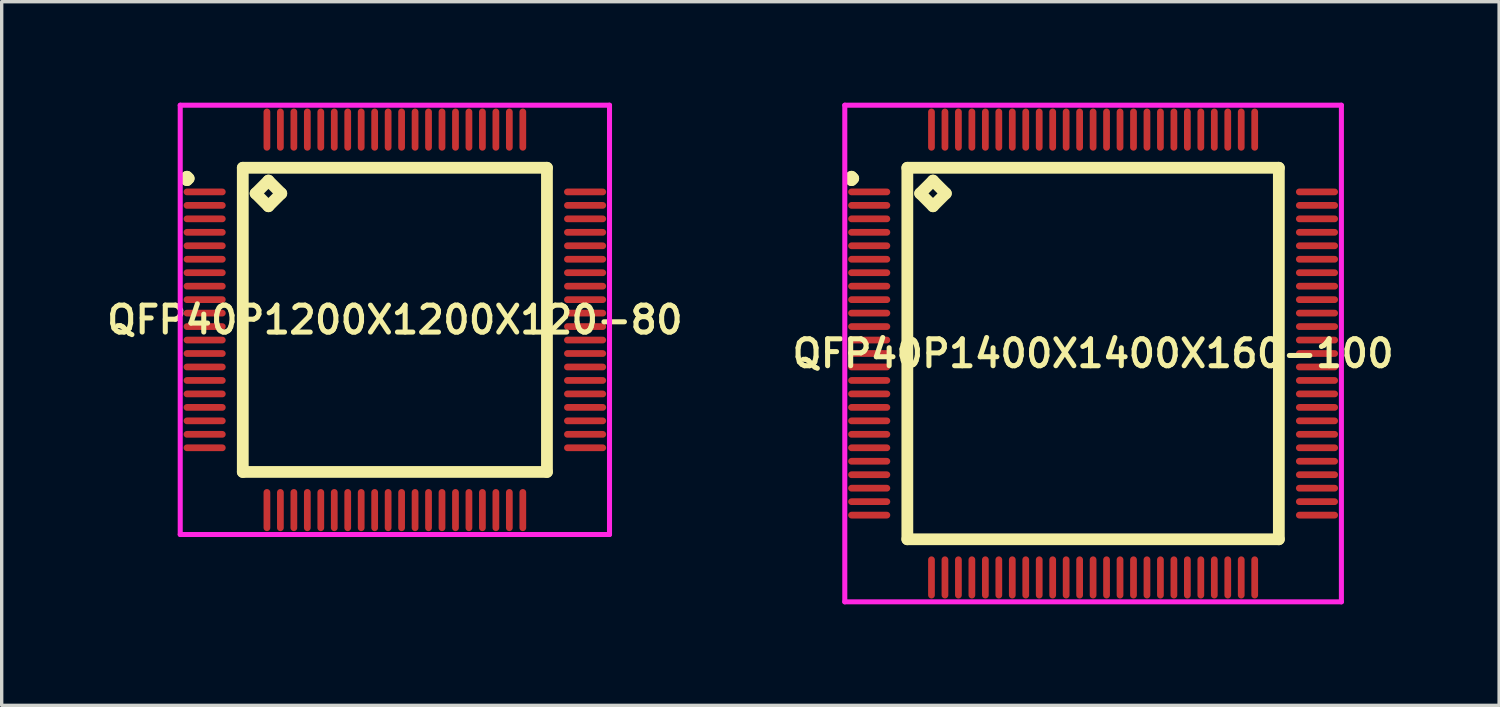
<source format=kicad_pcb>
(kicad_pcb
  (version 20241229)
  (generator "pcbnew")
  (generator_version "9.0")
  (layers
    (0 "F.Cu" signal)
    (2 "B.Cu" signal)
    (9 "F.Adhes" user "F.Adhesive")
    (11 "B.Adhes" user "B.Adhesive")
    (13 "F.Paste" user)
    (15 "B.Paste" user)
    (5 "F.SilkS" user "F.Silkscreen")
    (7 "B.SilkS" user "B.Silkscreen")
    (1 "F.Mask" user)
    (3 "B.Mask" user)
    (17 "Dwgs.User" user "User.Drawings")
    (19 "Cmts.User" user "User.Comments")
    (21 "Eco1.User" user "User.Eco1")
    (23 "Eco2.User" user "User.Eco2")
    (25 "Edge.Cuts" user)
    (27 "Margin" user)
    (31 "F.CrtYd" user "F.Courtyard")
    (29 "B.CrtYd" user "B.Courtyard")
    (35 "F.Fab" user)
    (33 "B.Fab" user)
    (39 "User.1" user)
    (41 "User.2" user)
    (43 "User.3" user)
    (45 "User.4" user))
  (footprint "QFP40P1200X1200X120-80"
    (layer "F.Cu")
    (at 8.678 6.45)
    (property "Reference" "QFP40P1200X1200X120-80" (at 0 0 0) (layer "F.SilkS") (effects (font (size 0.8 0.8) (thickness 0.15))))
    (attr smd)
    (fp_line (start -6.225 -4.2) (end -6.175 -4.25) (stroke (width 0.35) (type solid)) (layer "F.SilkS"))
    (fp_line (start -6.175 -4.25) (end -6.125 -4.2) (stroke (width 0.35) (type solid)) (layer "F.SilkS"))
    (fp_line (start -6.175 -4.15) (end -6.225 -4.2) (stroke (width 0.35) (type solid)) (layer "F.SilkS"))
    (fp_line (start -6.125 -4.2) (end -6.175 -4.15) (stroke (width 0.35) (type solid)) (layer "F.SilkS"))
    (fp_line (start -4.517 -4.517) (end -4.517 4.517) (stroke (width 0.35) (type solid)) (layer "F.SilkS"))
    (fp_line (start -4.517 4.517) (end 4.517 4.517) (stroke (width 0.35) (type solid)) (layer "F.SilkS"))
    (fp_line (start -4.136 -3.755) (end -3.755 -4.136) (stroke (width 0.35) (type solid)) (layer "F.SilkS"))
    (fp_line (start -3.755 -4.136) (end -3.374 -3.755) (stroke (width 0.35) (type solid)) (layer "F.SilkS"))
    (fp_line (start -3.755 -3.374) (end -4.136 -3.755) (stroke (width 0.35) (type solid)) (layer "F.SilkS"))
    (fp_line (start -3.374 -3.755) (end -3.755 -3.374) (stroke (width 0.35) (type solid)) (layer "F.SilkS"))
    (fp_line (start 4.517 -4.517) (end -4.517 -4.517) (stroke (width 0.35) (type solid)) (layer "F.SilkS"))
    (fp_line (start 4.517 4.517) (end 4.517 -4.517) (stroke (width 0.35) (type solid)) (layer "F.SilkS"))
    (fp_line (start -6.375 -6.375) (end 6.375 -6.375) (stroke (width 0.15) (type solid)) (layer "F.CrtYd"))
    (fp_line (start -6.375 6.375) (end -6.375 -6.375) (stroke (width 0.15) (type solid)) (layer "F.CrtYd"))
    (fp_line (start 6.375 -6.375) (end 6.375 6.375) (stroke (width 0.15) (type solid)) (layer "F.CrtYd"))
    (fp_line (start 6.375 6.375) (end -6.375 6.375) (stroke (width 0.15) (type solid)) (layer "F.CrtYd"))
    (pad "1" smd oval (at -5.65 -3.8) (size 1.25 0.2) (layers "F.Cu" "F.Mask" "F.Paste"))
    (pad "2" smd oval (at -5.65 -3.4) (size 1.25 0.2) (layers "F.Cu" "F.Mask" "F.Paste"))
    (pad "3" smd oval (at -5.65 -3) (size 1.25 0.2) (layers "F.Cu" "F.Mask" "F.Paste"))
    (pad "4" smd oval (at -5.65 -2.6) (size 1.25 0.2) (layers "F.Cu" "F.Mask" "F.Paste"))
    (pad "5" smd oval (at -5.65 -2.2) (size 1.25 0.2) (layers "F.Cu" "F.Mask" "F.Paste"))
    (pad "6" smd oval (at -5.65 -1.8) (size 1.25 0.2) (layers "F.Cu" "F.Mask" "F.Paste"))
    (pad "7" smd oval (at -5.65 -1.4) (size 1.25 0.2) (layers "F.Cu" "F.Mask" "F.Paste"))
    (pad "8" smd oval (at -5.65 -1) (size 1.25 0.2) (layers "F.Cu" "F.Mask" "F.Paste"))
    (pad "9" smd oval (at -5.65 -0.6) (size 1.25 0.2) (layers "F.Cu" "F.Mask" "F.Paste"))
    (pad "10" smd oval (at -5.65 -0.2) (size 1.25 0.2) (layers "F.Cu" "F.Mask" "F.Paste"))
    (pad "11" smd oval (at -5.65 0.2) (size 1.25 0.2) (layers "F.Cu" "F.Mask" "F.Paste"))
    (pad "12" smd oval (at -5.65 0.6) (size 1.25 0.2) (layers "F.Cu" "F.Mask" "F.Paste"))
    (pad "13" smd oval (at -5.65 1) (size 1.25 0.2) (layers "F.Cu" "F.Mask" "F.Paste"))
    (pad "14" smd oval (at -5.65 1.4) (size 1.25 0.2) (layers "F.Cu" "F.Mask" "F.Paste"))
    (pad "15" smd oval (at -5.65 1.8) (size 1.25 0.2) (layers "F.Cu" "F.Mask" "F.Paste"))
    (pad "16" smd oval (at -5.65 2.2) (size 1.25 0.2) (layers "F.Cu" "F.Mask" "F.Paste"))
    (pad "17" smd oval (at -5.65 2.6) (size 1.25 0.2) (layers "F.Cu" "F.Mask" "F.Paste"))
    (pad "18" smd oval (at -5.65 3) (size 1.25 0.2) (layers "F.Cu" "F.Mask" "F.Paste"))
    (pad "19" smd oval (at -5.65 3.4) (size 1.25 0.2) (layers "F.Cu" "F.Mask" "F.Paste"))
    (pad "20" smd oval (at -5.65 3.8) (size 1.25 0.2) (layers "F.Cu" "F.Mask" "F.Paste"))
    (pad "21" smd oval (at -3.8 5.65) (size 0.2 1.25) (layers "F.Cu" "F.Mask" "F.Paste"))
    (pad "22" smd oval (at -3.4 5.65) (size 0.2 1.25) (layers "F.Cu" "F.Mask" "F.Paste"))
    (pad "23" smd oval (at -3 5.65) (size 0.2 1.25) (layers "F.Cu" "F.Mask" "F.Paste"))
    (pad "24" smd oval (at -2.6 5.65) (size 0.2 1.25) (layers "F.Cu" "F.Mask" "F.Paste"))
    (pad "25" smd oval (at -2.2 5.65) (size 0.2 1.25) (layers "F.Cu" "F.Mask" "F.Paste"))
    (pad "26" smd oval (at -1.8 5.65) (size 0.2 1.25) (layers "F.Cu" "F.Mask" "F.Paste"))
    (pad "27" smd oval (at -1.4 5.65) (size 0.2 1.25) (layers "F.Cu" "F.Mask" "F.Paste"))
    (pad "28" smd oval (at -1 5.65) (size 0.2 1.25) (layers "F.Cu" "F.Mask" "F.Paste"))
    (pad "29" smd oval (at -0.6 5.65) (size 0.2 1.25) (layers "F.Cu" "F.Mask" "F.Paste"))
    (pad "30" smd oval (at -0.2 5.65) (size 0.2 1.25) (layers "F.Cu" "F.Mask" "F.Paste"))
    (pad "31" smd oval (at 0.2 5.65) (size 0.2 1.25) (layers "F.Cu" "F.Mask" "F.Paste"))
    (pad "32" smd oval (at 0.6 5.65) (size 0.2 1.25) (layers "F.Cu" "F.Mask" "F.Paste"))
    (pad "33" smd oval (at 1 5.65) (size 0.2 1.25) (layers "F.Cu" "F.Mask" "F.Paste"))
    (pad "34" smd oval (at 1.4 5.65) (size 0.2 1.25) (layers "F.Cu" "F.Mask" "F.Paste"))
    (pad "35" smd oval (at 1.8 5.65) (size 0.2 1.25) (layers "F.Cu" "F.Mask" "F.Paste"))
    (pad "36" smd oval (at 2.2 5.65) (size 0.2 1.25) (layers "F.Cu" "F.Mask" "F.Paste"))
    (pad "37" smd oval (at 2.6 5.65) (size 0.2 1.25) (layers "F.Cu" "F.Mask" "F.Paste"))
    (pad "38" smd oval (at 3 5.65) (size 0.2 1.25) (layers "F.Cu" "F.Mask" "F.Paste"))
    (pad "39" smd oval (at 3.4 5.65) (size 0.2 1.25) (layers "F.Cu" "F.Mask" "F.Paste"))
    (pad "40" smd oval (at 3.8 5.65) (size 0.2 1.25) (layers "F.Cu" "F.Mask" "F.Paste"))
    (pad "41" smd oval (at 5.65 3.8) (size 1.25 0.2) (layers "F.Cu" "F.Mask" "F.Paste"))
    (pad "42" smd oval (at 5.65 3.4) (size 1.25 0.2) (layers "F.Cu" "F.Mask" "F.Paste"))
    (pad "43" smd oval (at 5.65 3) (size 1.25 0.2) (layers "F.Cu" "F.Mask" "F.Paste"))
    (pad "44" smd oval (at 5.65 2.6) (size 1.25 0.2) (layers "F.Cu" "F.Mask" "F.Paste"))
    (pad "45" smd oval (at 5.65 2.2) (size 1.25 0.2) (layers "F.Cu" "F.Mask" "F.Paste"))
    (pad "46" smd oval (at 5.65 1.8) (size 1.25 0.2) (layers "F.Cu" "F.Mask" "F.Paste"))
    (pad "47" smd oval (at 5.65 1.4) (size 1.25 0.2) (layers "F.Cu" "F.Mask" "F.Paste"))
    (pad "48" smd oval (at 5.65 1) (size 1.25 0.2) (layers "F.Cu" "F.Mask" "F.Paste"))
    (pad "49" smd oval (at 5.65 0.6) (size 1.25 0.2) (layers "F.Cu" "F.Mask" "F.Paste"))
    (pad "50" smd oval (at 5.65 0.2) (size 1.25 0.2) (layers "F.Cu" "F.Mask" "F.Paste"))
    (pad "51" smd oval (at 5.65 -0.2) (size 1.25 0.2) (layers "F.Cu" "F.Mask" "F.Paste"))
    (pad "52" smd oval (at 5.65 -0.6) (size 1.25 0.2) (layers "F.Cu" "F.Mask" "F.Paste"))
    (pad "53" smd oval (at 5.65 -1) (size 1.25 0.2) (layers "F.Cu" "F.Mask" "F.Paste"))
    (pad "54" smd oval (at 5.65 -1.4) (size 1.25 0.2) (layers "F.Cu" "F.Mask" "F.Paste"))
    (pad "55" smd oval (at 5.65 -1.8) (size 1.25 0.2) (layers "F.Cu" "F.Mask" "F.Paste"))
    (pad "56" smd oval (at 5.65 -2.2) (size 1.25 0.2) (layers "F.Cu" "F.Mask" "F.Paste"))
    (pad "57" smd oval (at 5.65 -2.6) (size 1.25 0.2) (layers "F.Cu" "F.Mask" "F.Paste"))
    (pad "58" smd oval (at 5.65 -3) (size 1.25 0.2) (layers "F.Cu" "F.Mask" "F.Paste"))
    (pad "59" smd oval (at 5.65 -3.4) (size 1.25 0.2) (layers "F.Cu" "F.Mask" "F.Paste"))
    (pad "60" smd oval (at 5.65 -3.8) (size 1.25 0.2) (layers "F.Cu" "F.Mask" "F.Paste"))
    (pad "61" smd oval (at 3.8 -5.65) (size 0.2 1.25) (layers "F.Cu" "F.Mask" "F.Paste"))
    (pad "62" smd oval (at 3.4 -5.65) (size 0.2 1.25) (layers "F.Cu" "F.Mask" "F.Paste"))
    (pad "63" smd oval (at 3 -5.65) (size 0.2 1.25) (layers "F.Cu" "F.Mask" "F.Paste"))
    (pad "64" smd oval (at 2.6 -5.65) (size 0.2 1.25) (layers "F.Cu" "F.Mask" "F.Paste"))
    (pad "65" smd oval (at 2.2 -5.65) (size 0.2 1.25) (layers "F.Cu" "F.Mask" "F.Paste"))
    (pad "66" smd oval (at 1.8 -5.65) (size 0.2 1.25) (layers "F.Cu" "F.Mask" "F.Paste"))
    (pad "67" smd oval (at 1.4 -5.65) (size 0.2 1.25) (layers "F.Cu" "F.Mask" "F.Paste"))
    (pad "68" smd oval (at 1 -5.65) (size 0.2 1.25) (layers "F.Cu" "F.Mask" "F.Paste"))
    (pad "69" smd oval (at 0.6 -5.65) (size 0.2 1.25) (layers "F.Cu" "F.Mask" "F.Paste"))
    (pad "70" smd oval (at 0.2 -5.65) (size 0.2 1.25) (layers "F.Cu" "F.Mask" "F.Paste"))
    (pad "71" smd oval (at -0.2 -5.65) (size 0.2 1.25) (layers "F.Cu" "F.Mask" "F.Paste"))
    (pad "72" smd oval (at -0.6 -5.65) (size 0.2 1.25) (layers "F.Cu" "F.Mask" "F.Paste"))
    (pad "73" smd oval (at -1 -5.65) (size 0.2 1.25) (layers "F.Cu" "F.Mask" "F.Paste"))
    (pad "74" smd oval (at -1.4 -5.65) (size 0.2 1.25) (layers "F.Cu" "F.Mask" "F.Paste"))
    (pad "75" smd oval (at -1.8 -5.65) (size 0.2 1.25) (layers "F.Cu" "F.Mask" "F.Paste"))
    (pad "76" smd oval (at -2.2 -5.65) (size 0.2 1.25) (layers "F.Cu" "F.Mask" "F.Paste"))
    (pad "77" smd oval (at -2.6 -5.65) (size 0.2 1.25) (layers "F.Cu" "F.Mask" "F.Paste"))
    (pad "78" smd oval (at -3 -5.65) (size 0.2 1.25) (layers "F.Cu" "F.Mask" "F.Paste"))
    (pad "79" smd oval (at -3.4 -5.65) (size 0.2 1.25) (layers "F.Cu" "F.Mask" "F.Paste"))
    (pad "80" smd oval (at -3.8 -5.65) (size 0.2 1.25) (layers "F.Cu" "F.Mask" "F.Paste")))
  (footprint "QFP40P1400X1400X160-100"
    (layer "F.Cu")
    (at 29.416 7.45)
    (property "Reference" "QFP40P1400X1400X160-100" (at 0 0 0) (layer "F.SilkS") (effects (font (size 0.8 0.8) (thickness 0.15))))
    (attr smd)
    (fp_line (start -7.225 -5.2) (end -7.175 -5.25) (stroke (width 0.35) (type solid)) (layer "F.SilkS"))
    (fp_line (start -7.175 -5.25) (end -7.125 -5.2) (stroke (width 0.35) (type solid)) (layer "F.SilkS"))
    (fp_line (start -7.175 -5.15) (end -7.225 -5.2) (stroke (width 0.35) (type solid)) (layer "F.SilkS"))
    (fp_line (start -7.125 -5.2) (end -7.175 -5.15) (stroke (width 0.35) (type solid)) (layer "F.SilkS"))
    (fp_line (start -5.517 -5.517) (end -5.517 5.517) (stroke (width 0.35) (type solid)) (layer "F.SilkS"))
    (fp_line (start -5.517 5.517) (end 5.517 5.517) (stroke (width 0.35) (type solid)) (layer "F.SilkS"))
    (fp_line (start -5.136 -4.755) (end -4.755 -5.136) (stroke (width 0.35) (type solid)) (layer "F.SilkS"))
    (fp_line (start -4.755 -5.136) (end -4.374 -4.755) (stroke (width 0.35) (type solid)) (layer "F.SilkS"))
    (fp_line (start -4.755 -4.374) (end -5.136 -4.755) (stroke (width 0.35) (type solid)) (layer "F.SilkS"))
    (fp_line (start -4.374 -4.755) (end -4.755 -4.374) (stroke (width 0.35) (type solid)) (layer "F.SilkS"))
    (fp_line (start 5.517 -5.517) (end -5.517 -5.517) (stroke (width 0.35) (type solid)) (layer "F.SilkS"))
    (fp_line (start 5.517 5.517) (end 5.517 -5.517) (stroke (width 0.35) (type solid)) (layer "F.SilkS"))
    (fp_line (start -7.375 -7.375) (end 7.375 -7.375) (stroke (width 0.15) (type solid)) (layer "F.CrtYd"))
    (fp_line (start -7.375 7.375) (end -7.375 -7.375) (stroke (width 0.15) (type solid)) (layer "F.CrtYd"))
    (fp_line (start 7.375 -7.375) (end 7.375 7.375) (stroke (width 0.15) (type solid)) (layer "F.CrtYd"))
    (fp_line (start 7.375 7.375) (end -7.375 7.375) (stroke (width 0.15) (type solid)) (layer "F.CrtYd"))
    (pad "1" smd oval (at -6.65 -4.8) (size 1.25 0.2) (layers "F.Cu" "F.Mask" "F.Paste"))
    (pad "2" smd oval (at -6.65 -4.4) (size 1.25 0.2) (layers "F.Cu" "F.Mask" "F.Paste"))
    (pad "3" smd oval (at -6.65 -4) (size 1.25 0.2) (layers "F.Cu" "F.Mask" "F.Paste"))
    (pad "4" smd oval (at -6.65 -3.6) (size 1.25 0.2) (layers "F.Cu" "F.Mask" "F.Paste"))
    (pad "5" smd oval (at -6.65 -3.2) (size 1.25 0.2) (layers "F.Cu" "F.Mask" "F.Paste"))
    (pad "6" smd oval (at -6.65 -2.8) (size 1.25 0.2) (layers "F.Cu" "F.Mask" "F.Paste"))
    (pad "7" smd oval (at -6.65 -2.4) (size 1.25 0.2) (layers "F.Cu" "F.Mask" "F.Paste"))
    (pad "8" smd oval (at -6.65 -2) (size 1.25 0.2) (layers "F.Cu" "F.Mask" "F.Paste"))
    (pad "9" smd oval (at -6.65 -1.6) (size 1.25 0.2) (layers "F.Cu" "F.Mask" "F.Paste"))
    (pad "10" smd oval (at -6.65 -1.2) (size 1.25 0.2) (layers "F.Cu" "F.Mask" "F.Paste"))
    (pad "11" smd oval (at -6.65 -0.8) (size 1.25 0.2) (layers "F.Cu" "F.Mask" "F.Paste"))
    (pad "12" smd oval (at -6.65 -0.4) (size 1.25 0.2) (layers "F.Cu" "F.Mask" "F.Paste"))
    (pad "13" smd oval (at -6.65 0) (size 1.25 0.2) (layers "F.Cu" "F.Mask" "F.Paste"))
    (pad "14" smd oval (at -6.65 0.4) (size 1.25 0.2) (layers "F.Cu" "F.Mask" "F.Paste"))
    (pad "15" smd oval (at -6.65 0.8) (size 1.25 0.2) (layers "F.Cu" "F.Mask" "F.Paste"))
    (pad "16" smd oval (at -6.65 1.2) (size 1.25 0.2) (layers "F.Cu" "F.Mask" "F.Paste"))
    (pad "17" smd oval (at -6.65 1.6) (size 1.25 0.2) (layers "F.Cu" "F.Mask" "F.Paste"))
    (pad "18" smd oval (at -6.65 2) (size 1.25 0.2) (layers "F.Cu" "F.Mask" "F.Paste"))
    (pad "19" smd oval (at -6.65 2.4) (size 1.25 0.2) (layers "F.Cu" "F.Mask" "F.Paste"))
    (pad "20" smd oval (at -6.65 2.8) (size 1.25 0.2) (layers "F.Cu" "F.Mask" "F.Paste"))
    (pad "21" smd oval (at -6.65 3.2) (size 1.25 0.2) (layers "F.Cu" "F.Mask" "F.Paste"))
    (pad "22" smd oval (at -6.65 3.6) (size 1.25 0.2) (layers "F.Cu" "F.Mask" "F.Paste"))
    (pad "23" smd oval (at -6.65 4) (size 1.25 0.2) (layers "F.Cu" "F.Mask" "F.Paste"))
    (pad "24" smd oval (at -6.65 4.4) (size 1.25 0.2) (layers "F.Cu" "F.Mask" "F.Paste"))
    (pad "25" smd oval (at -6.65 4.8) (size 1.25 0.2) (layers "F.Cu" "F.Mask" "F.Paste"))
    (pad "26" smd oval (at -4.8 6.65) (size 0.2 1.25) (layers "F.Cu" "F.Mask" "F.Paste"))
    (pad "27" smd oval (at -4.4 6.65) (size 0.2 1.25) (layers "F.Cu" "F.Mask" "F.Paste"))
    (pad "28" smd oval (at -4 6.65) (size 0.2 1.25) (layers "F.Cu" "F.Mask" "F.Paste"))
    (pad "29" smd oval (at -3.6 6.65) (size 0.2 1.25) (layers "F.Cu" "F.Mask" "F.Paste"))
    (pad "30" smd oval (at -3.2 6.65) (size 0.2 1.25) (layers "F.Cu" "F.Mask" "F.Paste"))
    (pad "31" smd oval (at -2.8 6.65) (size 0.2 1.25) (layers "F.Cu" "F.Mask" "F.Paste"))
    (pad "32" smd oval (at -2.4 6.65) (size 0.2 1.25) (layers "F.Cu" "F.Mask" "F.Paste"))
    (pad "33" smd oval (at -2 6.65) (size 0.2 1.25) (layers "F.Cu" "F.Mask" "F.Paste"))
    (pad "34" smd oval (at -1.6 6.65) (size 0.2 1.25) (layers "F.Cu" "F.Mask" "F.Paste"))
    (pad "35" smd oval (at -1.2 6.65) (size 0.2 1.25) (layers "F.Cu" "F.Mask" "F.Paste"))
    (pad "36" smd oval (at -0.8 6.65) (size 0.2 1.25) (layers "F.Cu" "F.Mask" "F.Paste"))
    (pad "37" smd oval (at -0.4 6.65) (size 0.2 1.25) (layers "F.Cu" "F.Mask" "F.Paste"))
    (pad "38" smd oval (at 0 6.65) (size 0.2 1.25) (layers "F.Cu" "F.Mask" "F.Paste"))
    (pad "39" smd oval (at 0.4 6.65) (size 0.2 1.25) (layers "F.Cu" "F.Mask" "F.Paste"))
    (pad "40" smd oval (at 0.8 6.65) (size 0.2 1.25) (layers "F.Cu" "F.Mask" "F.Paste"))
    (pad "41" smd oval (at 1.2 6.65) (size 0.2 1.25) (layers "F.Cu" "F.Mask" "F.Paste"))
    (pad "42" smd oval (at 1.6 6.65) (size 0.2 1.25) (layers "F.Cu" "F.Mask" "F.Paste"))
    (pad "43" smd oval (at 2 6.65) (size 0.2 1.25) (layers "F.Cu" "F.Mask" "F.Paste"))
    (pad "44" smd oval (at 2.4 6.65) (size 0.2 1.25) (layers "F.Cu" "F.Mask" "F.Paste"))
    (pad "45" smd oval (at 2.8 6.65) (size 0.2 1.25) (layers "F.Cu" "F.Mask" "F.Paste"))
    (pad "46" smd oval (at 3.2 6.65) (size 0.2 1.25) (layers "F.Cu" "F.Mask" "F.Paste"))
    (pad "47" smd oval (at 3.6 6.65) (size 0.2 1.25) (layers "F.Cu" "F.Mask" "F.Paste"))
    (pad "48" smd oval (at 4 6.65) (size 0.2 1.25) (layers "F.Cu" "F.Mask" "F.Paste"))
    (pad "49" smd oval (at 4.4 6.65) (size 0.2 1.25) (layers "F.Cu" "F.Mask" "F.Paste"))
    (pad "50" smd oval (at 4.8 6.65) (size 0.2 1.25) (layers "F.Cu" "F.Mask" "F.Paste"))
    (pad "51" smd oval (at 6.65 4.8) (size 1.25 0.2) (layers "F.Cu" "F.Mask" "F.Paste"))
    (pad "52" smd oval (at 6.65 4.4) (size 1.25 0.2) (layers "F.Cu" "F.Mask" "F.Paste"))
    (pad "53" smd oval (at 6.65 4) (size 1.25 0.2) (layers "F.Cu" "F.Mask" "F.Paste"))
    (pad "54" smd oval (at 6.65 3.6) (size 1.25 0.2) (layers "F.Cu" "F.Mask" "F.Paste"))
    (pad "55" smd oval (at 6.65 3.2) (size 1.25 0.2) (layers "F.Cu" "F.Mask" "F.Paste"))
    (pad "56" smd oval (at 6.65 2.8) (size 1.25 0.2) (layers "F.Cu" "F.Mask" "F.Paste"))
    (pad "57" smd oval (at 6.65 2.4) (size 1.25 0.2) (layers "F.Cu" "F.Mask" "F.Paste"))
    (pad "58" smd oval (at 6.65 2) (size 1.25 0.2) (layers "F.Cu" "F.Mask" "F.Paste"))
    (pad "59" smd oval (at 6.65 1.6) (size 1.25 0.2) (layers "F.Cu" "F.Mask" "F.Paste"))
    (pad "60" smd oval (at 6.65 1.2) (size 1.25 0.2) (layers "F.Cu" "F.Mask" "F.Paste"))
    (pad "61" smd oval (at 6.65 0.8) (size 1.25 0.2) (layers "F.Cu" "F.Mask" "F.Paste"))
    (pad "62" smd oval (at 6.65 0.4) (size 1.25 0.2) (layers "F.Cu" "F.Mask" "F.Paste"))
    (pad "63" smd oval (at 6.65 0) (size 1.25 0.2) (layers "F.Cu" "F.Mask" "F.Paste"))
    (pad "64" smd oval (at 6.65 -0.4) (size 1.25 0.2) (layers "F.Cu" "F.Mask" "F.Paste"))
    (pad "65" smd oval (at 6.65 -0.8) (size 1.25 0.2) (layers "F.Cu" "F.Mask" "F.Paste"))
    (pad "66" smd oval (at 6.65 -1.2) (size 1.25 0.2) (layers "F.Cu" "F.Mask" "F.Paste"))
    (pad "67" smd oval (at 6.65 -1.6) (size 1.25 0.2) (layers "F.Cu" "F.Mask" "F.Paste"))
    (pad "68" smd oval (at 6.65 -2) (size 1.25 0.2) (layers "F.Cu" "F.Mask" "F.Paste"))
    (pad "69" smd oval (at 6.65 -2.4) (size 1.25 0.2) (layers "F.Cu" "F.Mask" "F.Paste"))
    (pad "70" smd oval (at 6.65 -2.8) (size 1.25 0.2) (layers "F.Cu" "F.Mask" "F.Paste"))
    (pad "71" smd oval (at 6.65 -3.2) (size 1.25 0.2) (layers "F.Cu" "F.Mask" "F.Paste"))
    (pad "72" smd oval (at 6.65 -3.6) (size 1.25 0.2) (layers "F.Cu" "F.Mask" "F.Paste"))
    (pad "73" smd oval (at 6.65 -4) (size 1.25 0.2) (layers "F.Cu" "F.Mask" "F.Paste"))
    (pad "74" smd oval (at 6.65 -4.4) (size 1.25 0.2) (layers "F.Cu" "F.Mask" "F.Paste"))
    (pad "75" smd oval (at 6.65 -4.8) (size 1.25 0.2) (layers "F.Cu" "F.Mask" "F.Paste"))
    (pad "76" smd oval (at 4.8 -6.65) (size 0.2 1.25) (layers "F.Cu" "F.Mask" "F.Paste"))
    (pad "77" smd oval (at 4.4 -6.65) (size 0.2 1.25) (layers "F.Cu" "F.Mask" "F.Paste"))
    (pad "78" smd oval (at 4 -6.65) (size 0.2 1.25) (layers "F.Cu" "F.Mask" "F.Paste"))
    (pad "79" smd oval (at 3.6 -6.65) (size 0.2 1.25) (layers "F.Cu" "F.Mask" "F.Paste"))
    (pad "80" smd oval (at 3.2 -6.65) (size 0.2 1.25) (layers "F.Cu" "F.Mask" "F.Paste"))
    (pad "81" smd oval (at 2.8 -6.65) (size 0.2 1.25) (layers "F.Cu" "F.Mask" "F.Paste"))
    (pad "82" smd oval (at 2.4 -6.65) (size 0.2 1.25) (layers "F.Cu" "F.Mask" "F.Paste"))
    (pad "83" smd oval (at 2 -6.65) (size 0.2 1.25) (layers "F.Cu" "F.Mask" "F.Paste"))
    (pad "84" smd oval (at 1.6 -6.65) (size 0.2 1.25) (layers "F.Cu" "F.Mask" "F.Paste"))
    (pad "85" smd oval (at 1.2 -6.65) (size 0.2 1.25) (layers "F.Cu" "F.Mask" "F.Paste"))
    (pad "86" smd oval (at 0.8 -6.65) (size 0.2 1.25) (layers "F.Cu" "F.Mask" "F.Paste"))
    (pad "87" smd oval (at 0.4 -6.65) (size 0.2 1.25) (layers "F.Cu" "F.Mask" "F.Paste"))
    (pad "88" smd oval (at 0 -6.65) (size 0.2 1.25) (layers "F.Cu" "F.Mask" "F.Paste"))
    (pad "89" smd oval (at -0.4 -6.65) (size 0.2 1.25) (layers "F.Cu" "F.Mask" "F.Paste"))
    (pad "90" smd oval (at -0.8 -6.65) (size 0.2 1.25) (layers "F.Cu" "F.Mask" "F.Paste"))
    (pad "91" smd oval (at -1.2 -6.65) (size 0.2 1.25) (layers "F.Cu" "F.Mask" "F.Paste"))
    (pad "92" smd oval (at -1.6 -6.65) (size 0.2 1.25) (layers "F.Cu" "F.Mask" "F.Paste"))
    (pad "93" smd oval (at -2 -6.65) (size 0.2 1.25) (layers "F.Cu" "F.Mask" "F.Paste"))
    (pad "94" smd oval (at -2.4 -6.65) (size 0.2 1.25) (layers "F.Cu" "F.Mask" "F.Paste"))
    (pad "95" smd oval (at -2.8 -6.65) (size 0.2 1.25) (layers "F.Cu" "F.Mask" "F.Paste"))
    (pad "96" smd oval (at -3.2 -6.65) (size 0.2 1.25) (layers "F.Cu" "F.Mask" "F.Paste"))
    (pad "97" smd oval (at -3.6 -6.65) (size 0.2 1.25) (layers "F.Cu" "F.Mask" "F.Paste"))
    (pad "98" smd oval (at -4 -6.65) (size 0.2 1.25) (layers "F.Cu" "F.Mask" "F.Paste"))
    (pad "99" smd oval (at -4.4 -6.65) (size 0.2 1.25) (layers "F.Cu" "F.Mask" "F.Paste"))
    (pad "100" smd oval (at -4.8 -6.65) (size 0.2 1.25) (layers "F.Cu" "F.Mask" "F.Paste")))
  (gr_rect
    (start -3 -3)
    (end 41.475 17.9)
    (stroke (width 0.1) (type default))
    (fill no)
    (layer "Edge.Cuts")))
</source>
